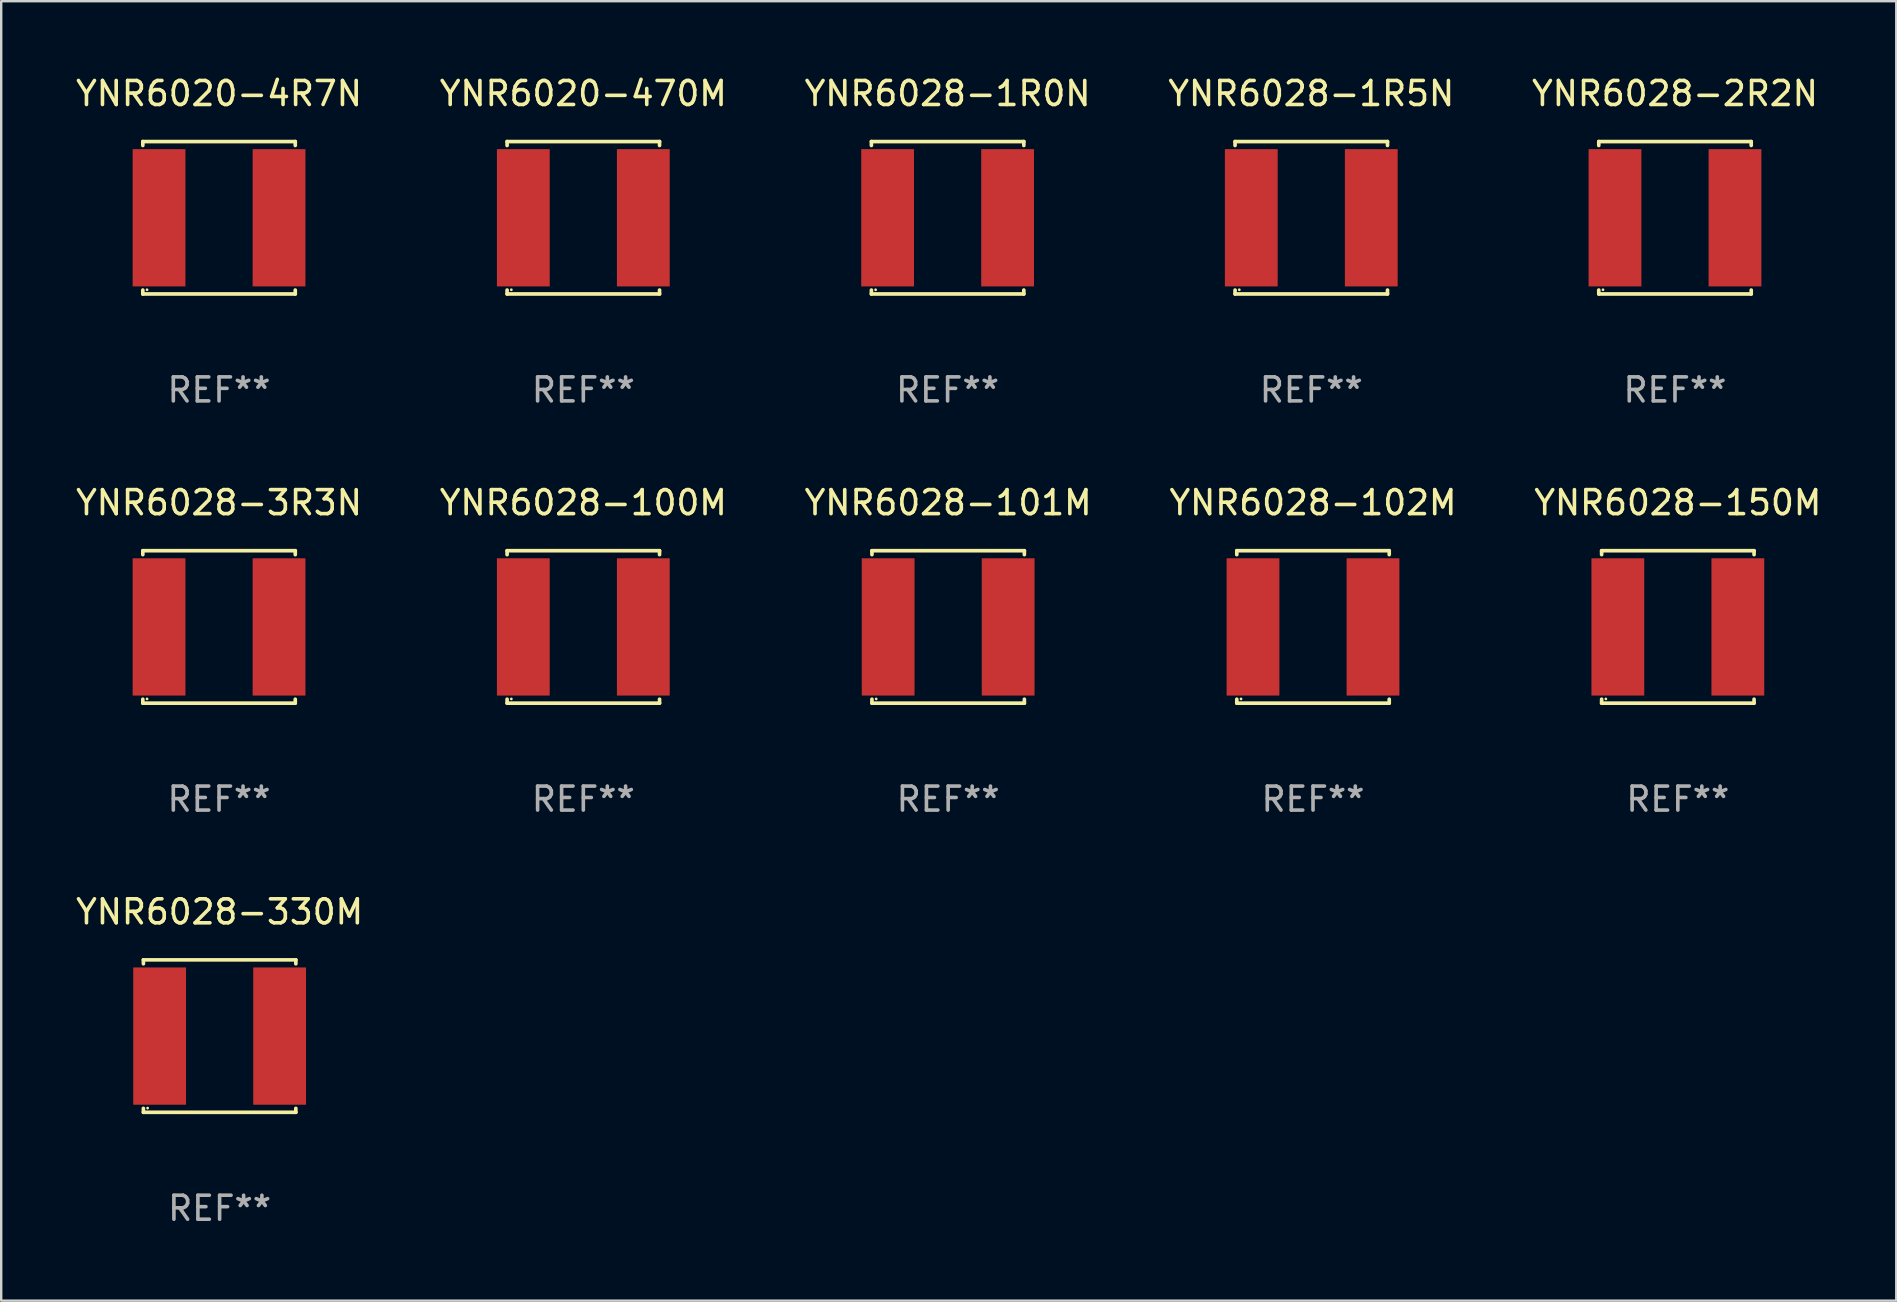
<source format=kicad_pcb>
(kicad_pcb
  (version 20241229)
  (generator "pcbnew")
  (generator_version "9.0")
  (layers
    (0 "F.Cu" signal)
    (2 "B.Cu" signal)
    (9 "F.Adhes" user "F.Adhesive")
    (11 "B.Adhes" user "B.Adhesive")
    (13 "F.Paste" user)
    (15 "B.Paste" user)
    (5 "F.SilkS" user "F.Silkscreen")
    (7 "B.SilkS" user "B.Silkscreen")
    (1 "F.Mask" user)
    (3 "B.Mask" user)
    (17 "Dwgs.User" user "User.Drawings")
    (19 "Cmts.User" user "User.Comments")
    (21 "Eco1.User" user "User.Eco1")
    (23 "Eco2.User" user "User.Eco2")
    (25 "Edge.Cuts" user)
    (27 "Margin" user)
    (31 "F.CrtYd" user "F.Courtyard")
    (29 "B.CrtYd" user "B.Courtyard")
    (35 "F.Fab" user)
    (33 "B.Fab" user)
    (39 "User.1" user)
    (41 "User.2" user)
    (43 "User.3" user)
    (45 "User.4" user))
  (footprint "YNR6028-330M"
    (layer "F.Cu")
    (at 6.101 40.122)
    (property "Reference" "YNR6028-330M" (at 0 -5.176 0) (layer "F.SilkS") (effects (font (size 1 1) (thickness 0.15))))
    (attr through_hole)
    (fp_line (start -3.176 -3.176) (end 3.176 -3.176) (stroke (width 0.152) (type solid)) (layer "F.SilkS"))
    (fp_line (start -3.176 -3.012) (end -3.176 -3.176) (stroke (width 0.152) (type solid)) (layer "F.SilkS"))
    (fp_line (start -3.176 3.012) (end -3.176 3.176) (stroke (width 0.152) (type solid)) (layer "F.SilkS"))
    (fp_line (start -3.176 3.176) (end 3.176 3.176) (stroke (width 0.152) (type solid)) (layer "F.SilkS"))
    (fp_line (start 3.176 -3.176) (end 3.176 -3.012) (stroke (width 0.152) (type solid)) (layer "F.SilkS"))
    (fp_line (start 3.176 3.176) (end 3.176 3.012) (stroke (width 0.152) (type solid)) (layer "F.SilkS"))
    (fp_circle (center -3 3) (end -2.97 3) (stroke (width 0.06) (type solid)) (fill no) (layer "F.SilkS"))
    (fp_text user "REF**" (at 0 7.176 0) (layer "F.Fab") (effects (font (size 1 1) (thickness 0.15))))
    (pad "1" smd rect (at -2.5 0) (size 2.2 5.72) (layers "F.Cu" "F.Mask" "F.Paste"))
    (pad "2" smd rect (at 2.5 0) (size 2.2 5.72) (layers "F.Cu" "F.Mask" "F.Paste")))
  (footprint "YNR6028-100M"
    (layer "F.Cu")
    (at 21.256 23.073)
    (property "Reference" "YNR6028-100M" (at 0 -5.176 0) (layer "F.SilkS") (effects (font (size 1 1) (thickness 0.15))))
    (attr through_hole)
    (fp_line (start -3.176 -3.176) (end 3.176 -3.176) (stroke (width 0.152) (type solid)) (layer "F.SilkS"))
    (fp_line (start -3.176 -3.012) (end -3.176 -3.176) (stroke (width 0.152) (type solid)) (layer "F.SilkS"))
    (fp_line (start -3.176 3.012) (end -3.176 3.176) (stroke (width 0.152) (type solid)) (layer "F.SilkS"))
    (fp_line (start -3.176 3.176) (end 3.176 3.176) (stroke (width 0.152) (type solid)) (layer "F.SilkS"))
    (fp_line (start 3.176 -3.176) (end 3.176 -3.012) (stroke (width 0.152) (type solid)) (layer "F.SilkS"))
    (fp_line (start 3.176 3.176) (end 3.176 3.012) (stroke (width 0.152) (type solid)) (layer "F.SilkS"))
    (fp_circle (center -3 3) (end -2.97 3) (stroke (width 0.06) (type solid)) (fill no) (layer "F.SilkS"))
    (fp_text user "REF**" (at 0 7.176 0) (layer "F.Fab") (effects (font (size 1 1) (thickness 0.15))))
    (pad "1" smd rect (at -2.5 0) (size 2.2 5.72) (layers "F.Cu" "F.Mask" "F.Paste"))
    (pad "2" smd rect (at 2.5 0) (size 2.2 5.72) (layers "F.Cu" "F.Mask" "F.Paste")))
  (footprint "YNR6020-4R7N"
    (layer "F.Cu")
    (at 6.077 6.024)
    (property "Reference" "YNR6020-4R7N" (at 0 -5.176 0) (layer "F.SilkS") (effects (font (size 1 1) (thickness 0.15))))
    (attr through_hole)
    (fp_line (start -3.176 -3.176) (end 3.176 -3.176) (stroke (width 0.152) (type solid)) (layer "F.SilkS"))
    (fp_line (start -3.176 -3.012) (end -3.176 -3.176) (stroke (width 0.152) (type solid)) (layer "F.SilkS"))
    (fp_line (start -3.176 3.012) (end -3.176 3.176) (stroke (width 0.152) (type solid)) (layer "F.SilkS"))
    (fp_line (start -3.176 3.176) (end 3.176 3.176) (stroke (width 0.152) (type solid)) (layer "F.SilkS"))
    (fp_line (start 3.176 -3.176) (end 3.176 -3.012) (stroke (width 0.152) (type solid)) (layer "F.SilkS"))
    (fp_line (start 3.176 3.176) (end 3.176 3.012) (stroke (width 0.152) (type solid)) (layer "F.SilkS"))
    (fp_circle (center -3 3) (end -2.97 3) (stroke (width 0.06) (type solid)) (fill no) (layer "F.SilkS"))
    (fp_text user "REF**" (at 0 7.176 0) (layer "F.Fab") (effects (font (size 1 1) (thickness 0.15))))
    (pad "1" smd rect (at -2.5 0) (size 2.2 5.72) (layers "F.Cu" "F.Mask" "F.Paste"))
    (pad "2" smd rect (at 2.5 0) (size 2.2 5.72) (layers "F.Cu" "F.Mask" "F.Paste")))
  (footprint "YNR6028-1R5N"
    (layer "F.Cu")
    (at 51.589 6.024)
    (property "Reference" "YNR6028-1R5N" (at 0 -5.176 0) (layer "F.SilkS") (effects (font (size 1 1) (thickness 0.15))))
    (attr through_hole)
    (fp_line (start -3.176 -3.176) (end 3.176 -3.176) (stroke (width 0.152) (type solid)) (layer "F.SilkS"))
    (fp_line (start -3.176 -3.012) (end -3.176 -3.176) (stroke (width 0.152) (type solid)) (layer "F.SilkS"))
    (fp_line (start -3.176 3.012) (end -3.176 3.176) (stroke (width 0.152) (type solid)) (layer "F.SilkS"))
    (fp_line (start -3.176 3.176) (end 3.176 3.176) (stroke (width 0.152) (type solid)) (layer "F.SilkS"))
    (fp_line (start 3.176 -3.176) (end 3.176 -3.012) (stroke (width 0.152) (type solid)) (layer "F.SilkS"))
    (fp_line (start 3.176 3.176) (end 3.176 3.012) (stroke (width 0.152) (type solid)) (layer "F.SilkS"))
    (fp_circle (center -3 3) (end -2.97 3) (stroke (width 0.06) (type solid)) (fill no) (layer "F.SilkS"))
    (fp_text user "REF**" (at 0 7.176 0) (layer "F.Fab") (effects (font (size 1 1) (thickness 0.15))))
    (pad "1" smd rect (at -2.5 0) (size 2.2 5.72) (layers "F.Cu" "F.Mask" "F.Paste"))
    (pad "2" smd rect (at 2.5 0) (size 2.2 5.72) (layers "F.Cu" "F.Mask" "F.Paste")))
  (footprint "YNR6020-470M"
    (layer "F.Cu")
    (at 21.256 6.024)
    (property "Reference" "YNR6020-470M" (at 0 -5.176 0) (layer "F.SilkS") (effects (font (size 1 1) (thickness 0.15))))
    (attr through_hole)
    (fp_line (start -3.176 -3.176) (end 3.176 -3.176) (stroke (width 0.152) (type solid)) (layer "F.SilkS"))
    (fp_line (start -3.176 -3.012) (end -3.176 -3.176) (stroke (width 0.152) (type solid)) (layer "F.SilkS"))
    (fp_line (start -3.176 3.012) (end -3.176 3.176) (stroke (width 0.152) (type solid)) (layer "F.SilkS"))
    (fp_line (start -3.176 3.176) (end 3.176 3.176) (stroke (width 0.152) (type solid)) (layer "F.SilkS"))
    (fp_line (start 3.176 -3.176) (end 3.176 -3.012) (stroke (width 0.152) (type solid)) (layer "F.SilkS"))
    (fp_line (start 3.176 3.176) (end 3.176 3.012) (stroke (width 0.152) (type solid)) (layer "F.SilkS"))
    (fp_circle (center -3 3) (end -2.97 3) (stroke (width 0.06) (type solid)) (fill no) (layer "F.SilkS"))
    (fp_text user "REF**" (at 0 7.176 0) (layer "F.Fab") (effects (font (size 1 1) (thickness 0.15))))
    (pad "1" smd rect (at -2.5 0) (size 2.2 5.72) (layers "F.Cu" "F.Mask" "F.Paste"))
    (pad "2" smd rect (at 2.5 0) (size 2.2 5.72) (layers "F.Cu" "F.Mask" "F.Paste")))
  (footprint "YNR6028-1R0N"
    (layer "F.Cu")
    (at 36.435 6.024)
    (property "Reference" "YNR6028-1R0N" (at 0 -5.176 0) (layer "F.SilkS") (effects (font (size 1 1) (thickness 0.15))))
    (attr through_hole)
    (fp_line (start -3.176 -3.176) (end 3.176 -3.176) (stroke (width 0.152) (type solid)) (layer "F.SilkS"))
    (fp_line (start -3.176 -3.012) (end -3.176 -3.176) (stroke (width 0.152) (type solid)) (layer "F.SilkS"))
    (fp_line (start -3.176 3.012) (end -3.176 3.176) (stroke (width 0.152) (type solid)) (layer "F.SilkS"))
    (fp_line (start -3.176 3.176) (end 3.176 3.176) (stroke (width 0.152) (type solid)) (layer "F.SilkS"))
    (fp_line (start 3.176 -3.176) (end 3.176 -3.012) (stroke (width 0.152) (type solid)) (layer "F.SilkS"))
    (fp_line (start 3.176 3.176) (end 3.176 3.012) (stroke (width 0.152) (type solid)) (layer "F.SilkS"))
    (fp_circle (center -3 3) (end -2.97 3) (stroke (width 0.06) (type solid)) (fill no) (layer "F.SilkS"))
    (fp_text user "REF**" (at 0 7.176 0) (layer "F.Fab") (effects (font (size 1 1) (thickness 0.15))))
    (pad "1" smd rect (at -2.5 0) (size 2.2 5.72) (layers "F.Cu" "F.Mask" "F.Paste"))
    (pad "2" smd rect (at 2.5 0) (size 2.2 5.72) (layers "F.Cu" "F.Mask" "F.Paste")))
  (footprint "YNR6028-2R2N"
    (layer "F.Cu")
    (at 66.744 6.024)
    (property "Reference" "YNR6028-2R2N" (at 0 -5.176 0) (layer "F.SilkS") (effects (font (size 1 1) (thickness 0.15))))
    (attr through_hole)
    (fp_line (start -3.176 -3.176) (end 3.176 -3.176) (stroke (width 0.152) (type solid)) (layer "F.SilkS"))
    (fp_line (start -3.176 -3.012) (end -3.176 -3.176) (stroke (width 0.152) (type solid)) (layer "F.SilkS"))
    (fp_line (start -3.176 3.012) (end -3.176 3.176) (stroke (width 0.152) (type solid)) (layer "F.SilkS"))
    (fp_line (start -3.176 3.176) (end 3.176 3.176) (stroke (width 0.152) (type solid)) (layer "F.SilkS"))
    (fp_line (start 3.176 -3.176) (end 3.176 -3.012) (stroke (width 0.152) (type solid)) (layer "F.SilkS"))
    (fp_line (start 3.176 3.176) (end 3.176 3.012) (stroke (width 0.152) (type solid)) (layer "F.SilkS"))
    (fp_circle (center -3 3) (end -2.97 3) (stroke (width 0.06) (type solid)) (fill no) (layer "F.SilkS"))
    (fp_text user "REF**" (at 0 7.176 0) (layer "F.Fab") (effects (font (size 1 1) (thickness 0.15))))
    (pad "1" smd rect (at -2.5 0) (size 2.2 5.72) (layers "F.Cu" "F.Mask" "F.Paste"))
    (pad "2" smd rect (at 2.5 0) (size 2.2 5.72) (layers "F.Cu" "F.Mask" "F.Paste")))
  (footprint "YNR6028-3R3N"
    (layer "F.Cu")
    (at 6.077 23.073)
    (property "Reference" "YNR6028-3R3N" (at 0 -5.176 0) (layer "F.SilkS") (effects (font (size 1 1) (thickness 0.15))))
    (attr through_hole)
    (fp_line (start -3.176 -3.176) (end 3.176 -3.176) (stroke (width 0.152) (type solid)) (layer "F.SilkS"))
    (fp_line (start -3.176 -3.012) (end -3.176 -3.176) (stroke (width 0.152) (type solid)) (layer "F.SilkS"))
    (fp_line (start -3.176 3.012) (end -3.176 3.176) (stroke (width 0.152) (type solid)) (layer "F.SilkS"))
    (fp_line (start -3.176 3.176) (end 3.176 3.176) (stroke (width 0.152) (type solid)) (layer "F.SilkS"))
    (fp_line (start 3.176 -3.176) (end 3.176 -3.012) (stroke (width 0.152) (type solid)) (layer "F.SilkS"))
    (fp_line (start 3.176 3.176) (end 3.176 3.012) (stroke (width 0.152) (type solid)) (layer "F.SilkS"))
    (fp_circle (center -3 3) (end -2.97 3) (stroke (width 0.06) (type solid)) (fill no) (layer "F.SilkS"))
    (fp_text user "REF**" (at 0 7.176 0) (layer "F.Fab") (effects (font (size 1 1) (thickness 0.15))))
    (pad "1" smd rect (at -2.5 0) (size 2.2 5.72) (layers "F.Cu" "F.Mask" "F.Paste"))
    (pad "2" smd rect (at 2.5 0) (size 2.2 5.72) (layers "F.Cu" "F.Mask" "F.Paste")))
  (footprint "YNR6028-150M"
    (layer "F.Cu")
    (at 66.863 23.073)
    (property "Reference" "YNR6028-150M" (at 0 -5.176 0) (layer "F.SilkS") (effects (font (size 1 1) (thickness 0.15))))
    (attr through_hole)
    (fp_line (start -3.176 -3.176) (end 3.176 -3.176) (stroke (width 0.152) (type solid)) (layer "F.SilkS"))
    (fp_line (start -3.176 -3.012) (end -3.176 -3.176) (stroke (width 0.152) (type solid)) (layer "F.SilkS"))
    (fp_line (start -3.176 3.012) (end -3.176 3.176) (stroke (width 0.152) (type solid)) (layer "F.SilkS"))
    (fp_line (start -3.176 3.176) (end 3.176 3.176) (stroke (width 0.152) (type solid)) (layer "F.SilkS"))
    (fp_line (start 3.176 -3.176) (end 3.176 -3.012) (stroke (width 0.152) (type solid)) (layer "F.SilkS"))
    (fp_line (start 3.176 3.176) (end 3.176 3.012) (stroke (width 0.152) (type solid)) (layer "F.SilkS"))
    (fp_circle (center -3 3) (end -2.97 3) (stroke (width 0.06) (type solid)) (fill no) (layer "F.SilkS"))
    (fp_text user "REF**" (at 0 7.176 0) (layer "F.Fab") (effects (font (size 1 1) (thickness 0.15))))
    (pad "1" smd rect (at -2.5 0) (size 2.2 5.72) (layers "F.Cu" "F.Mask" "F.Paste"))
    (pad "2" smd rect (at 2.5 0) (size 2.2 5.72) (layers "F.Cu" "F.Mask" "F.Paste")))
  (footprint "YNR6028-102M"
    (layer "F.Cu")
    (at 51.661 23.073)
    (property "Reference" "YNR6028-102M" (at 0 -5.176 0) (layer "F.SilkS") (effects (font (size 1 1) (thickness 0.15))))
    (attr through_hole)
    (fp_line (start -3.176 -3.176) (end 3.176 -3.176) (stroke (width 0.152) (type solid)) (layer "F.SilkS"))
    (fp_line (start -3.176 -3.012) (end -3.176 -3.176) (stroke (width 0.152) (type solid)) (layer "F.SilkS"))
    (fp_line (start -3.176 3.012) (end -3.176 3.176) (stroke (width 0.152) (type solid)) (layer "F.SilkS"))
    (fp_line (start -3.176 3.176) (end 3.176 3.176) (stroke (width 0.152) (type solid)) (layer "F.SilkS"))
    (fp_line (start 3.176 -3.176) (end 3.176 -3.012) (stroke (width 0.152) (type solid)) (layer "F.SilkS"))
    (fp_line (start 3.176 3.176) (end 3.176 3.012) (stroke (width 0.152) (type solid)) (layer "F.SilkS"))
    (fp_circle (center -3 3) (end -2.97 3) (stroke (width 0.06) (type solid)) (fill no) (layer "F.SilkS"))
    (fp_text user "REF**" (at 0 7.176 0) (layer "F.Fab") (effects (font (size 1 1) (thickness 0.15))))
    (pad "1" smd rect (at -2.5 0) (size 2.2 5.72) (layers "F.Cu" "F.Mask" "F.Paste"))
    (pad "2" smd rect (at 2.5 0) (size 2.2 5.72) (layers "F.Cu" "F.Mask" "F.Paste")))
  (footprint "YNR6028-101M"
    (layer "F.Cu")
    (at 36.458 23.073)
    (property "Reference" "YNR6028-101M" (at 0 -5.176 0) (layer "F.SilkS") (effects (font (size 1 1) (thickness 0.15))))
    (attr through_hole)
    (fp_line (start -3.176 -3.176) (end 3.176 -3.176) (stroke (width 0.152) (type solid)) (layer "F.SilkS"))
    (fp_line (start -3.176 -3.012) (end -3.176 -3.176) (stroke (width 0.152) (type solid)) (layer "F.SilkS"))
    (fp_line (start -3.176 3.012) (end -3.176 3.176) (stroke (width 0.152) (type solid)) (layer "F.SilkS"))
    (fp_line (start -3.176 3.176) (end 3.176 3.176) (stroke (width 0.152) (type solid)) (layer "F.SilkS"))
    (fp_line (start 3.176 -3.176) (end 3.176 -3.012) (stroke (width 0.152) (type solid)) (layer "F.SilkS"))
    (fp_line (start 3.176 3.176) (end 3.176 3.012) (stroke (width 0.152) (type solid)) (layer "F.SilkS"))
    (fp_circle (center -3 3) (end -2.97 3) (stroke (width 0.06) (type solid)) (fill no) (layer "F.SilkS"))
    (fp_text user "REF**" (at 0 7.176 0) (layer "F.Fab") (effects (font (size 1 1) (thickness 0.15))))
    (pad "1" smd rect (at -2.5 0) (size 2.2 5.72) (layers "F.Cu" "F.Mask" "F.Paste"))
    (pad "2" smd rect (at 2.5 0) (size 2.2 5.72) (layers "F.Cu" "F.Mask" "F.Paste")))
  (gr_rect
    (start -3 -3)
    (end 75.964 51.147)
    (stroke (width 0.1) (type default))
    (fill no)
    (layer "Edge.Cuts")))
</source>
